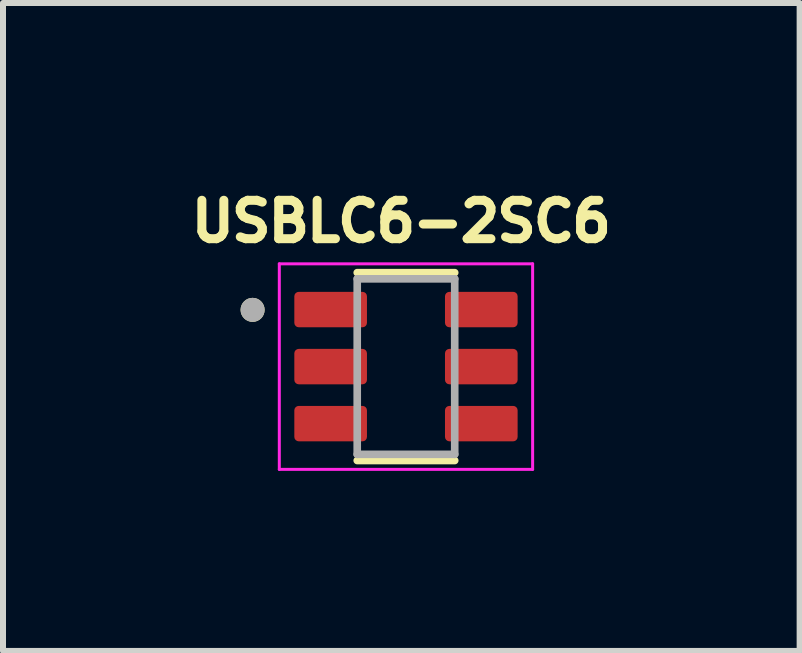
<source format=kicad_pcb>
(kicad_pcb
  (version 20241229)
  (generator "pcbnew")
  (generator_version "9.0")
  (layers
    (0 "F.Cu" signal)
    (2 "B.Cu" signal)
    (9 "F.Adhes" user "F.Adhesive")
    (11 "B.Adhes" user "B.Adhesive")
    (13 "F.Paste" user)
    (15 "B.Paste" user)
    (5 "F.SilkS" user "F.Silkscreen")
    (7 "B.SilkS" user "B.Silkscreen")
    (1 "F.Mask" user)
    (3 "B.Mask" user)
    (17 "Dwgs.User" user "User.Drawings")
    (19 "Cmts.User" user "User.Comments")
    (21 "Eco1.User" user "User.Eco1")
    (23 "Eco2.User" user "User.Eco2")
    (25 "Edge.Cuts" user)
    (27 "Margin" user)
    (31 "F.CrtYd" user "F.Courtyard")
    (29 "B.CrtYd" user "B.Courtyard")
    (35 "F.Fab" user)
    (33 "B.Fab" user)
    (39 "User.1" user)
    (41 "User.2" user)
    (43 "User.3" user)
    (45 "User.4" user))
  (footprint "USBLC6-2SC6"
    (layer "F.Cu")
    (at 3.713 3.057)
    (property "Reference" "USBLC6-2SC6" (at -0.078 -2.419 0) (layer "F.SilkS") (effects (font (size 0.64 0.64) (thickness 0.15))))
    (attr smd)
    (fp_line (start 0.812 -1.565) (end -0.812 -1.565) (stroke (width 0.127) (type solid)) (layer "F.SilkS"))
    (fp_line (start 0.812 1.565) (end -0.812 1.565) (stroke (width 0.127) (type solid)) (layer "F.SilkS"))
    (fp_circle (center -2.555 -0.945) (end -2.455 -0.945) (stroke (width 0.2) (type solid)) (fill no) (layer "F.SilkS"))
    (fp_line (start -2.11 -1.712) (end -2.11 1.712) (stroke (width 0.05) (type solid)) (layer "F.CrtYd"))
    (fp_line (start -2.11 1.712) (end 2.11 1.712) (stroke (width 0.05) (type solid)) (layer "F.CrtYd"))
    (fp_line (start 2.11 -1.712) (end -2.11 -1.712) (stroke (width 0.05) (type solid)) (layer "F.CrtYd"))
    (fp_line (start 2.11 1.712) (end 2.11 -1.712) (stroke (width 0.05) (type solid)) (layer "F.CrtYd"))
    (fp_line (start -0.812 -1.462) (end 0.812 -1.462) (stroke (width 0.127) (type solid)) (layer "F.Fab"))
    (fp_line (start -0.812 1.462) (end -0.812 -1.462) (stroke (width 0.127) (type solid)) (layer "F.Fab"))
    (fp_line (start 0.812 -1.462) (end 0.812 1.462) (stroke (width 0.127) (type solid)) (layer "F.Fab"))
    (fp_line (start 0.812 1.462) (end -0.812 1.462) (stroke (width 0.127) (type solid)) (layer "F.Fab"))
    (fp_circle (center -2.555 -0.945) (end -2.455 -0.945) (stroke (width 0.2) (type solid)) (fill no) (layer "F.Fab"))
    (pad "1" smd roundrect (at -1.255 -0.95) (size 1.21 0.59) (layers "F.Cu" "F.Mask" "F.Paste") (roundrect_rratio 0.125))
    (pad "2" smd roundrect (at -1.255 0) (size 1.21 0.59) (layers "F.Cu" "F.Mask" "F.Paste") (roundrect_rratio 0.125))
    (pad "3" smd roundrect (at -1.255 0.95) (size 1.21 0.59) (layers "F.Cu" "F.Mask" "F.Paste") (roundrect_rratio 0.125))
    (pad "4" smd roundrect (at 1.255 0.95) (size 1.21 0.59) (layers "F.Cu" "F.Mask" "F.Paste") (roundrect_rratio 0.125))
    (pad "5" smd roundrect (at 1.255 0) (size 1.21 0.59) (layers "F.Cu" "F.Mask" "F.Paste") (roundrect_rratio 0.125))
    (pad "6" smd roundrect (at 1.255 -0.95) (size 1.21 0.59) (layers "F.Cu" "F.Mask" "F.Paste") (roundrect_rratio 0.125)))
  (gr_rect
    (start -3 -3)
    (end 10.271 7.794)
    (stroke (width 0.1) (type default))
    (fill no)
    (layer "Edge.Cuts")))
</source>
